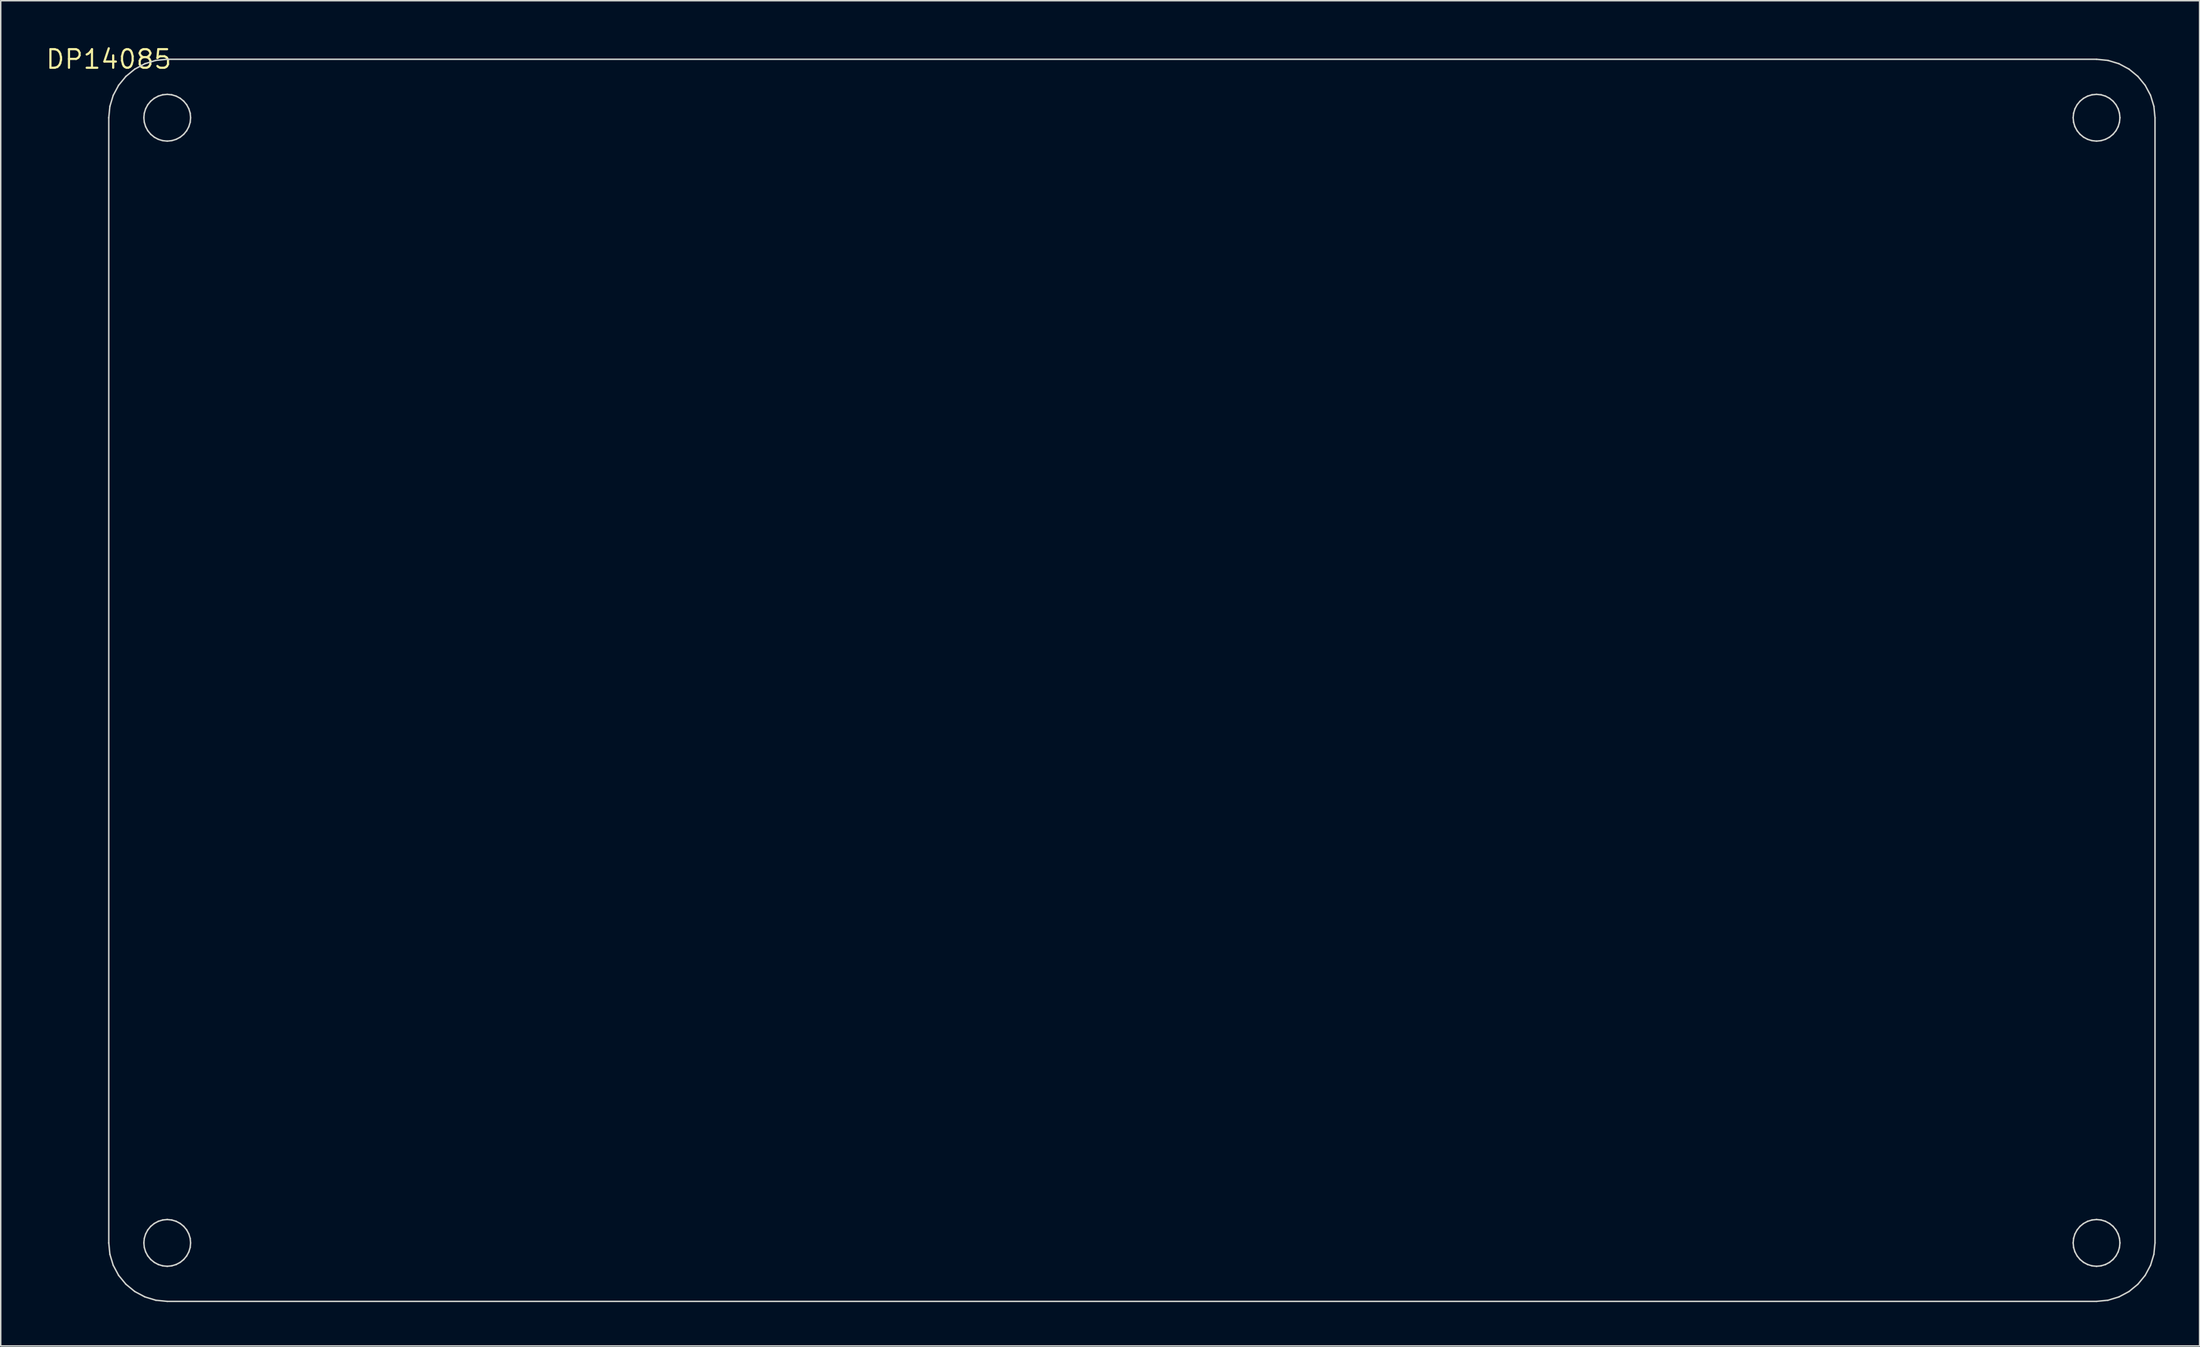
<source format=kicad_pcb>
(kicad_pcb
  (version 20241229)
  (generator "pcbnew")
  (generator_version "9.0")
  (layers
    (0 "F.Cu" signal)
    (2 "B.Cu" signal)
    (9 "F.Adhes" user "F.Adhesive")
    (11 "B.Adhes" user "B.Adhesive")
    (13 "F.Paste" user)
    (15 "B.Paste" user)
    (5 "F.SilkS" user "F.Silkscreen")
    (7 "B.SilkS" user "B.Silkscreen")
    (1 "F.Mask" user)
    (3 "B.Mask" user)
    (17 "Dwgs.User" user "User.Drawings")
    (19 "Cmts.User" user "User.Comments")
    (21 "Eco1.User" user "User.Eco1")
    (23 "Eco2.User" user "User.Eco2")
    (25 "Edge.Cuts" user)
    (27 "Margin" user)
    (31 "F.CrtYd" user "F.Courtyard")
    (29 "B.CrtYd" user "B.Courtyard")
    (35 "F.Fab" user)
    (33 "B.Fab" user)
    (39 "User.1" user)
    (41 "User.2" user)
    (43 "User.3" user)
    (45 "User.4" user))
  (footprint "DP14085"
    (layer "F.Cu")
    (at 4.392 1.006)
    (property "Reference" "DP14085" (at 0 0 0) (layer "F.SilkS") (effects (font (size 1.27 1.27) (thickness 0.15))))
    (attr through_hole)
    (fp_line (start 0 4) (end 0.077 3.22) (stroke (width 0.1) (type solid)) (layer "Edge.Cuts"))
    (fp_line (start 0 81) (end 0 4) (stroke (width 0.1) (type solid)) (layer "Edge.Cuts"))
    (fp_line (start 0.077 3.22) (end 0.304 2.469) (stroke (width 0.1) (type solid)) (layer "Edge.Cuts"))
    (fp_line (start 0.077 81.78) (end 0 81) (stroke (width 0.1) (type solid)) (layer "Edge.Cuts"))
    (fp_line (start 0.304 2.469) (end 0.674 1.778) (stroke (width 0.1) (type solid)) (layer "Edge.Cuts"))
    (fp_line (start 0.304 82.531) (end 0.077 81.78) (stroke (width 0.1) (type solid)) (layer "Edge.Cuts"))
    (fp_line (start 0.674 1.778) (end 1.172 1.172) (stroke (width 0.1) (type solid)) (layer "Edge.Cuts"))
    (fp_line (start 0.674 83.222) (end 0.304 82.531) (stroke (width 0.1) (type solid)) (layer "Edge.Cuts"))
    (fp_line (start 1.172 1.172) (end 1.778 0.674) (stroke (width 0.1) (type solid)) (layer "Edge.Cuts"))
    (fp_line (start 1.172 83.828) (end 0.674 83.222) (stroke (width 0.1) (type solid)) (layer "Edge.Cuts"))
    (fp_line (start 1.778 0.674) (end 2.469 0.304) (stroke (width 0.1) (type solid)) (layer "Edge.Cuts"))
    (fp_line (start 1.778 84.326) (end 1.172 83.828) (stroke (width 0.1) (type solid)) (layer "Edge.Cuts"))
    (fp_line (start 2.4 4) (end 2.431 4.312) (stroke (width 0.1) (type solid)) (layer "Edge.Cuts"))
    (fp_line (start 2.4 81) (end 2.431 81.312) (stroke (width 0.1) (type solid)) (layer "Edge.Cuts"))
    (fp_line (start 2.431 3.688) (end 2.4 4) (stroke (width 0.1) (type solid)) (layer "Edge.Cuts"))
    (fp_line (start 2.431 4.312) (end 2.522 4.612) (stroke (width 0.1) (type solid)) (layer "Edge.Cuts"))
    (fp_line (start 2.431 80.688) (end 2.4 81) (stroke (width 0.1) (type solid)) (layer "Edge.Cuts"))
    (fp_line (start 2.431 81.312) (end 2.522 81.612) (stroke (width 0.1) (type solid)) (layer "Edge.Cuts"))
    (fp_line (start 2.469 0.304) (end 3.22 0.077) (stroke (width 0.1) (type solid)) (layer "Edge.Cuts"))
    (fp_line (start 2.469 84.695) (end 1.778 84.326) (stroke (width 0.1) (type solid)) (layer "Edge.Cuts"))
    (fp_line (start 2.522 3.388) (end 2.431 3.688) (stroke (width 0.1) (type solid)) (layer "Edge.Cuts"))
    (fp_line (start 2.522 4.612) (end 2.67 4.889) (stroke (width 0.1) (type solid)) (layer "Edge.Cuts"))
    (fp_line (start 2.522 80.388) (end 2.431 80.688) (stroke (width 0.1) (type solid)) (layer "Edge.Cuts"))
    (fp_line (start 2.522 81.612) (end 2.67 81.889) (stroke (width 0.1) (type solid)) (layer "Edge.Cuts"))
    (fp_line (start 2.67 3.111) (end 2.522 3.388) (stroke (width 0.1) (type solid)) (layer "Edge.Cuts"))
    (fp_line (start 2.67 4.889) (end 2.869 5.131) (stroke (width 0.1) (type solid)) (layer "Edge.Cuts"))
    (fp_line (start 2.67 80.111) (end 2.522 80.388) (stroke (width 0.1) (type solid)) (layer "Edge.Cuts"))
    (fp_line (start 2.67 81.889) (end 2.869 82.131) (stroke (width 0.1) (type solid)) (layer "Edge.Cuts"))
    (fp_line (start 2.869 2.869) (end 2.67 3.111) (stroke (width 0.1) (type solid)) (layer "Edge.Cuts"))
    (fp_line (start 2.869 5.131) (end 3.111 5.33) (stroke (width 0.1) (type solid)) (layer "Edge.Cuts"))
    (fp_line (start 2.869 79.869) (end 2.67 80.111) (stroke (width 0.1) (type solid)) (layer "Edge.Cuts"))
    (fp_line (start 2.869 82.131) (end 3.111 82.33) (stroke (width 0.1) (type solid)) (layer "Edge.Cuts"))
    (fp_line (start 3.111 2.67) (end 2.869 2.869) (stroke (width 0.1) (type solid)) (layer "Edge.Cuts"))
    (fp_line (start 3.111 5.33) (end 3.388 5.478) (stroke (width 0.1) (type solid)) (layer "Edge.Cuts"))
    (fp_line (start 3.111 79.67) (end 2.869 79.869) (stroke (width 0.1) (type solid)) (layer "Edge.Cuts"))
    (fp_line (start 3.111 82.33) (end 3.388 82.478) (stroke (width 0.1) (type solid)) (layer "Edge.Cuts"))
    (fp_line (start 3.22 0.077) (end 4 0) (stroke (width 0.1) (type solid)) (layer "Edge.Cuts"))
    (fp_line (start 3.22 84.923) (end 2.469 84.695) (stroke (width 0.1) (type solid)) (layer "Edge.Cuts"))
    (fp_line (start 3.388 2.522) (end 3.111 2.67) (stroke (width 0.1) (type solid)) (layer "Edge.Cuts"))
    (fp_line (start 3.388 5.478) (end 3.688 5.569) (stroke (width 0.1) (type solid)) (layer "Edge.Cuts"))
    (fp_line (start 3.388 79.522) (end 3.111 79.67) (stroke (width 0.1) (type solid)) (layer "Edge.Cuts"))
    (fp_line (start 3.388 82.478) (end 3.688 82.569) (stroke (width 0.1) (type solid)) (layer "Edge.Cuts"))
    (fp_line (start 3.688 2.431) (end 3.388 2.522) (stroke (width 0.1) (type solid)) (layer "Edge.Cuts"))
    (fp_line (start 3.688 5.569) (end 4 5.6) (stroke (width 0.1) (type solid)) (layer "Edge.Cuts"))
    (fp_line (start 3.688 79.431) (end 3.388 79.522) (stroke (width 0.1) (type solid)) (layer "Edge.Cuts"))
    (fp_line (start 3.688 82.569) (end 4 82.6) (stroke (width 0.1) (type solid)) (layer "Edge.Cuts"))
    (fp_line (start 4 0) (end 136 0) (stroke (width 0.1) (type solid)) (layer "Edge.Cuts"))
    (fp_line (start 4 2.4) (end 3.688 2.431) (stroke (width 0.1) (type solid)) (layer "Edge.Cuts"))
    (fp_line (start 4 79.4) (end 3.688 79.431) (stroke (width 0.1) (type solid)) (layer "Edge.Cuts"))
    (fp_line (start 4 5.6) (end 4.312 5.569) (stroke (width 0.1) (type solid)) (layer "Edge.Cuts"))
    (fp_line (start 4 82.6) (end 4.312 82.569) (stroke (width 0.1) (type solid)) (layer "Edge.Cuts"))
    (fp_line (start 4 85) (end 3.22 84.923) (stroke (width 0.1) (type solid)) (layer "Edge.Cuts"))
    (fp_line (start 4.312 2.431) (end 4 2.4) (stroke (width 0.1) (type solid)) (layer "Edge.Cuts"))
    (fp_line (start 4.312 5.569) (end 4.612 5.478) (stroke (width 0.1) (type solid)) (layer "Edge.Cuts"))
    (fp_line (start 4.312 79.431) (end 4 79.4) (stroke (width 0.1) (type solid)) (layer "Edge.Cuts"))
    (fp_line (start 4.312 82.569) (end 4.612 82.478) (stroke (width 0.1) (type solid)) (layer "Edge.Cuts"))
    (fp_line (start 4.612 2.522) (end 4.312 2.431) (stroke (width 0.1) (type solid)) (layer "Edge.Cuts"))
    (fp_line (start 4.612 5.478) (end 4.889 5.33) (stroke (width 0.1) (type solid)) (layer "Edge.Cuts"))
    (fp_line (start 4.612 79.522) (end 4.312 79.431) (stroke (width 0.1) (type solid)) (layer "Edge.Cuts"))
    (fp_line (start 4.612 82.478) (end 4.889 82.33) (stroke (width 0.1) (type solid)) (layer "Edge.Cuts"))
    (fp_line (start 4.889 2.67) (end 4.612 2.522) (stroke (width 0.1) (type solid)) (layer "Edge.Cuts"))
    (fp_line (start 4.889 5.33) (end 5.131 5.131) (stroke (width 0.1) (type solid)) (layer "Edge.Cuts"))
    (fp_line (start 4.889 79.67) (end 4.612 79.522) (stroke (width 0.1) (type solid)) (layer "Edge.Cuts"))
    (fp_line (start 4.889 82.33) (end 5.131 82.131) (stroke (width 0.1) (type solid)) (layer "Edge.Cuts"))
    (fp_line (start 5.131 2.869) (end 4.889 2.67) (stroke (width 0.1) (type solid)) (layer "Edge.Cuts"))
    (fp_line (start 5.131 5.131) (end 5.33 4.889) (stroke (width 0.1) (type solid)) (layer "Edge.Cuts"))
    (fp_line (start 5.131 79.869) (end 4.889 79.67) (stroke (width 0.1) (type solid)) (layer "Edge.Cuts"))
    (fp_line (start 5.131 82.131) (end 5.33 81.889) (stroke (width 0.1) (type solid)) (layer "Edge.Cuts"))
    (fp_line (start 5.33 3.111) (end 5.131 2.869) (stroke (width 0.1) (type solid)) (layer "Edge.Cuts"))
    (fp_line (start 5.33 4.889) (end 5.478 4.612) (stroke (width 0.1) (type solid)) (layer "Edge.Cuts"))
    (fp_line (start 5.33 80.111) (end 5.131 79.869) (stroke (width 0.1) (type solid)) (layer "Edge.Cuts"))
    (fp_line (start 5.33 81.889) (end 5.478 81.612) (stroke (width 0.1) (type solid)) (layer "Edge.Cuts"))
    (fp_line (start 5.478 3.388) (end 5.33 3.111) (stroke (width 0.1) (type solid)) (layer "Edge.Cuts"))
    (fp_line (start 5.478 4.612) (end 5.569 4.312) (stroke (width 0.1) (type solid)) (layer "Edge.Cuts"))
    (fp_line (start 5.478 80.388) (end 5.33 80.111) (stroke (width 0.1) (type solid)) (layer "Edge.Cuts"))
    (fp_line (start 5.478 81.612) (end 5.569 81.312) (stroke (width 0.1) (type solid)) (layer "Edge.Cuts"))
    (fp_line (start 5.569 3.688) (end 5.478 3.388) (stroke (width 0.1) (type solid)) (layer "Edge.Cuts"))
    (fp_line (start 5.569 4.312) (end 5.6 4) (stroke (width 0.1) (type solid)) (layer "Edge.Cuts"))
    (fp_line (start 5.569 80.688) (end 5.478 80.388) (stroke (width 0.1) (type solid)) (layer "Edge.Cuts"))
    (fp_line (start 5.569 81.312) (end 5.6 81) (stroke (width 0.1) (type solid)) (layer "Edge.Cuts"))
    (fp_line (start 5.6 4) (end 5.569 3.688) (stroke (width 0.1) (type solid)) (layer "Edge.Cuts"))
    (fp_line (start 5.6 81) (end 5.569 80.688) (stroke (width 0.1) (type solid)) (layer "Edge.Cuts"))
    (fp_line (start 134.4 4) (end 134.431 4.312) (stroke (width 0.1) (type solid)) (layer "Edge.Cuts"))
    (fp_line (start 134.4 81) (end 134.431 81.312) (stroke (width 0.1) (type solid)) (layer "Edge.Cuts"))
    (fp_line (start 134.431 3.688) (end 134.4 4) (stroke (width 0.1) (type solid)) (layer "Edge.Cuts"))
    (fp_line (start 134.431 4.312) (end 134.522 4.612) (stroke (width 0.1) (type solid)) (layer "Edge.Cuts"))
    (fp_line (start 134.431 80.688) (end 134.4 81) (stroke (width 0.1) (type solid)) (layer "Edge.Cuts"))
    (fp_line (start 134.431 81.312) (end 134.522 81.612) (stroke (width 0.1) (type solid)) (layer "Edge.Cuts"))
    (fp_line (start 134.522 3.388) (end 134.431 3.688) (stroke (width 0.1) (type solid)) (layer "Edge.Cuts"))
    (fp_line (start 134.522 4.612) (end 134.67 4.889) (stroke (width 0.1) (type solid)) (layer "Edge.Cuts"))
    (fp_line (start 134.522 80.388) (end 134.431 80.688) (stroke (width 0.1) (type solid)) (layer "Edge.Cuts"))
    (fp_line (start 134.522 81.612) (end 134.67 81.889) (stroke (width 0.1) (type solid)) (layer "Edge.Cuts"))
    (fp_line (start 134.67 3.111) (end 134.522 3.388) (stroke (width 0.1) (type solid)) (layer "Edge.Cuts"))
    (fp_line (start 134.67 4.889) (end 134.869 5.131) (stroke (width 0.1) (type solid)) (layer "Edge.Cuts"))
    (fp_line (start 134.67 80.111) (end 134.522 80.388) (stroke (width 0.1) (type solid)) (layer "Edge.Cuts"))
    (fp_line (start 134.67 81.889) (end 134.869 82.131) (stroke (width 0.1) (type solid)) (layer "Edge.Cuts"))
    (fp_line (start 134.869 2.869) (end 134.67 3.111) (stroke (width 0.1) (type solid)) (layer "Edge.Cuts"))
    (fp_line (start 134.869 5.131) (end 135.111 5.33) (stroke (width 0.1) (type solid)) (layer "Edge.Cuts"))
    (fp_line (start 134.869 79.869) (end 134.67 80.111) (stroke (width 0.1) (type solid)) (layer "Edge.Cuts"))
    (fp_line (start 134.869 82.131) (end 135.111 82.33) (stroke (width 0.1) (type solid)) (layer "Edge.Cuts"))
    (fp_line (start 135.111 2.67) (end 134.869 2.869) (stroke (width 0.1) (type solid)) (layer "Edge.Cuts"))
    (fp_line (start 135.111 5.33) (end 135.388 5.478) (stroke (width 0.1) (type solid)) (layer "Edge.Cuts"))
    (fp_line (start 135.111 79.67) (end 134.869 79.869) (stroke (width 0.1) (type solid)) (layer "Edge.Cuts"))
    (fp_line (start 135.111 82.33) (end 135.388 82.478) (stroke (width 0.1) (type solid)) (layer "Edge.Cuts"))
    (fp_line (start 135.388 2.522) (end 135.111 2.67) (stroke (width 0.1) (type solid)) (layer "Edge.Cuts"))
    (fp_line (start 135.388 5.478) (end 135.688 5.569) (stroke (width 0.1) (type solid)) (layer "Edge.Cuts"))
    (fp_line (start 135.388 79.522) (end 135.111 79.67) (stroke (width 0.1) (type solid)) (layer "Edge.Cuts"))
    (fp_line (start 135.388 82.478) (end 135.688 82.569) (stroke (width 0.1) (type solid)) (layer "Edge.Cuts"))
    (fp_line (start 135.688 2.431) (end 135.388 2.522) (stroke (width 0.1) (type solid)) (layer "Edge.Cuts"))
    (fp_line (start 135.688 5.569) (end 136 5.6) (stroke (width 0.1) (type solid)) (layer "Edge.Cuts"))
    (fp_line (start 135.688 79.431) (end 135.388 79.522) (stroke (width 0.1) (type solid)) (layer "Edge.Cuts"))
    (fp_line (start 135.688 82.569) (end 136 82.6) (stroke (width 0.1) (type solid)) (layer "Edge.Cuts"))
    (fp_line (start 136 0) (end 136.78 0.077) (stroke (width 0.1) (type solid)) (layer "Edge.Cuts"))
    (fp_line (start 136 2.4) (end 135.688 2.431) (stroke (width 0.1) (type solid)) (layer "Edge.Cuts"))
    (fp_line (start 136 5.6) (end 136.312 5.569) (stroke (width 0.1) (type solid)) (layer "Edge.Cuts"))
    (fp_line (start 136 79.4) (end 135.688 79.431) (stroke (width 0.1) (type solid)) (layer "Edge.Cuts"))
    (fp_line (start 136 82.6) (end 136.312 82.569) (stroke (width 0.1) (type solid)) (layer "Edge.Cuts"))
    (fp_line (start 136 85) (end 4 85) (stroke (width 0.1) (type solid)) (layer "Edge.Cuts"))
    (fp_line (start 136.312 2.431) (end 136 2.4) (stroke (width 0.1) (type solid)) (layer "Edge.Cuts"))
    (fp_line (start 136.312 5.569) (end 136.612 5.478) (stroke (width 0.1) (type solid)) (layer "Edge.Cuts"))
    (fp_line (start 136.312 79.431) (end 136 79.4) (stroke (width 0.1) (type solid)) (layer "Edge.Cuts"))
    (fp_line (start 136.312 82.569) (end 136.612 82.478) (stroke (width 0.1) (type solid)) (layer "Edge.Cuts"))
    (fp_line (start 136.612 2.522) (end 136.312 2.431) (stroke (width 0.1) (type solid)) (layer "Edge.Cuts"))
    (fp_line (start 136.612 5.478) (end 136.889 5.33) (stroke (width 0.1) (type solid)) (layer "Edge.Cuts"))
    (fp_line (start 136.612 79.522) (end 136.312 79.431) (stroke (width 0.1) (type solid)) (layer "Edge.Cuts"))
    (fp_line (start 136.612 82.478) (end 136.889 82.33) (stroke (width 0.1) (type solid)) (layer "Edge.Cuts"))
    (fp_line (start 136.78 0.077) (end 137.531 0.304) (stroke (width 0.1) (type solid)) (layer "Edge.Cuts"))
    (fp_line (start 136.78 84.923) (end 136 85) (stroke (width 0.1) (type solid)) (layer "Edge.Cuts"))
    (fp_line (start 136.889 2.67) (end 136.612 2.522) (stroke (width 0.1) (type solid)) (layer "Edge.Cuts"))
    (fp_line (start 136.889 5.33) (end 137.131 5.131) (stroke (width 0.1) (type solid)) (layer "Edge.Cuts"))
    (fp_line (start 136.889 79.67) (end 136.612 79.522) (stroke (width 0.1) (type solid)) (layer "Edge.Cuts"))
    (fp_line (start 136.889 82.33) (end 137.131 82.131) (stroke (width 0.1) (type solid)) (layer "Edge.Cuts"))
    (fp_line (start 137.131 2.869) (end 136.889 2.67) (stroke (width 0.1) (type solid)) (layer "Edge.Cuts"))
    (fp_line (start 137.131 5.131) (end 137.33 4.889) (stroke (width 0.1) (type solid)) (layer "Edge.Cuts"))
    (fp_line (start 137.131 79.869) (end 136.889 79.67) (stroke (width 0.1) (type solid)) (layer "Edge.Cuts"))
    (fp_line (start 137.131 82.131) (end 137.33 81.889) (stroke (width 0.1) (type solid)) (layer "Edge.Cuts"))
    (fp_line (start 137.33 3.111) (end 137.131 2.869) (stroke (width 0.1) (type solid)) (layer "Edge.Cuts"))
    (fp_line (start 137.33 4.889) (end 137.478 4.612) (stroke (width 0.1) (type solid)) (layer "Edge.Cuts"))
    (fp_line (start 137.33 80.111) (end 137.131 79.869) (stroke (width 0.1) (type solid)) (layer "Edge.Cuts"))
    (fp_line (start 137.33 81.889) (end 137.478 81.612) (stroke (width 0.1) (type solid)) (layer "Edge.Cuts"))
    (fp_line (start 137.478 3.388) (end 137.33 3.111) (stroke (width 0.1) (type solid)) (layer "Edge.Cuts"))
    (fp_line (start 137.478 4.612) (end 137.569 4.312) (stroke (width 0.1) (type solid)) (layer "Edge.Cuts"))
    (fp_line (start 137.478 80.388) (end 137.33 80.111) (stroke (width 0.1) (type solid)) (layer "Edge.Cuts"))
    (fp_line (start 137.478 81.612) (end 137.569 81.312) (stroke (width 0.1) (type solid)) (layer "Edge.Cuts"))
    (fp_line (start 137.531 0.304) (end 138.222 0.674) (stroke (width 0.1) (type solid)) (layer "Edge.Cuts"))
    (fp_line (start 137.531 84.695) (end 136.78 84.923) (stroke (width 0.1) (type solid)) (layer "Edge.Cuts"))
    (fp_line (start 137.569 3.688) (end 137.478 3.388) (stroke (width 0.1) (type solid)) (layer "Edge.Cuts"))
    (fp_line (start 137.569 4.312) (end 137.6 4) (stroke (width 0.1) (type solid)) (layer "Edge.Cuts"))
    (fp_line (start 137.569 80.688) (end 137.478 80.388) (stroke (width 0.1) (type solid)) (layer "Edge.Cuts"))
    (fp_line (start 137.569 81.312) (end 137.6 81) (stroke (width 0.1) (type solid)) (layer "Edge.Cuts"))
    (fp_line (start 137.6 4) (end 137.569 3.688) (stroke (width 0.1) (type solid)) (layer "Edge.Cuts"))
    (fp_line (start 137.6 81) (end 137.569 80.688) (stroke (width 0.1) (type solid)) (layer "Edge.Cuts"))
    (fp_line (start 138.222 0.674) (end 138.828 1.172) (stroke (width 0.1) (type solid)) (layer "Edge.Cuts"))
    (fp_line (start 138.222 84.326) (end 137.531 84.695) (stroke (width 0.1) (type solid)) (layer "Edge.Cuts"))
    (fp_line (start 138.828 1.172) (end 139.326 1.778) (stroke (width 0.1) (type solid)) (layer "Edge.Cuts"))
    (fp_line (start 138.828 83.828) (end 138.222 84.326) (stroke (width 0.1) (type solid)) (layer "Edge.Cuts"))
    (fp_line (start 139.326 1.778) (end 139.696 2.469) (stroke (width 0.1) (type solid)) (layer "Edge.Cuts"))
    (fp_line (start 139.326 83.222) (end 138.828 83.828) (stroke (width 0.1) (type solid)) (layer "Edge.Cuts"))
    (fp_line (start 139.696 2.469) (end 139.923 3.22) (stroke (width 0.1) (type solid)) (layer "Edge.Cuts"))
    (fp_line (start 139.696 82.531) (end 139.326 83.222) (stroke (width 0.1) (type solid)) (layer "Edge.Cuts"))
    (fp_line (start 139.923 3.22) (end 140 4) (stroke (width 0.1) (type solid)) (layer "Edge.Cuts"))
    (fp_line (start 139.923 81.78) (end 139.696 82.531) (stroke (width 0.1) (type solid)) (layer "Edge.Cuts"))
    (fp_line (start 140 4) (end 140 81) (stroke (width 0.1) (type solid)) (layer "Edge.Cuts"))
    (fp_line (start 140 81) (end 139.923 81.78) (stroke (width 0.1) (type solid)) (layer "Edge.Cuts")))
  (gr_rect
    (start -3 -3)
    (end 147.442 89.056)
    (stroke (width 0.1) (type default))
    (fill no)
    (layer "Edge.Cuts")))
</source>
